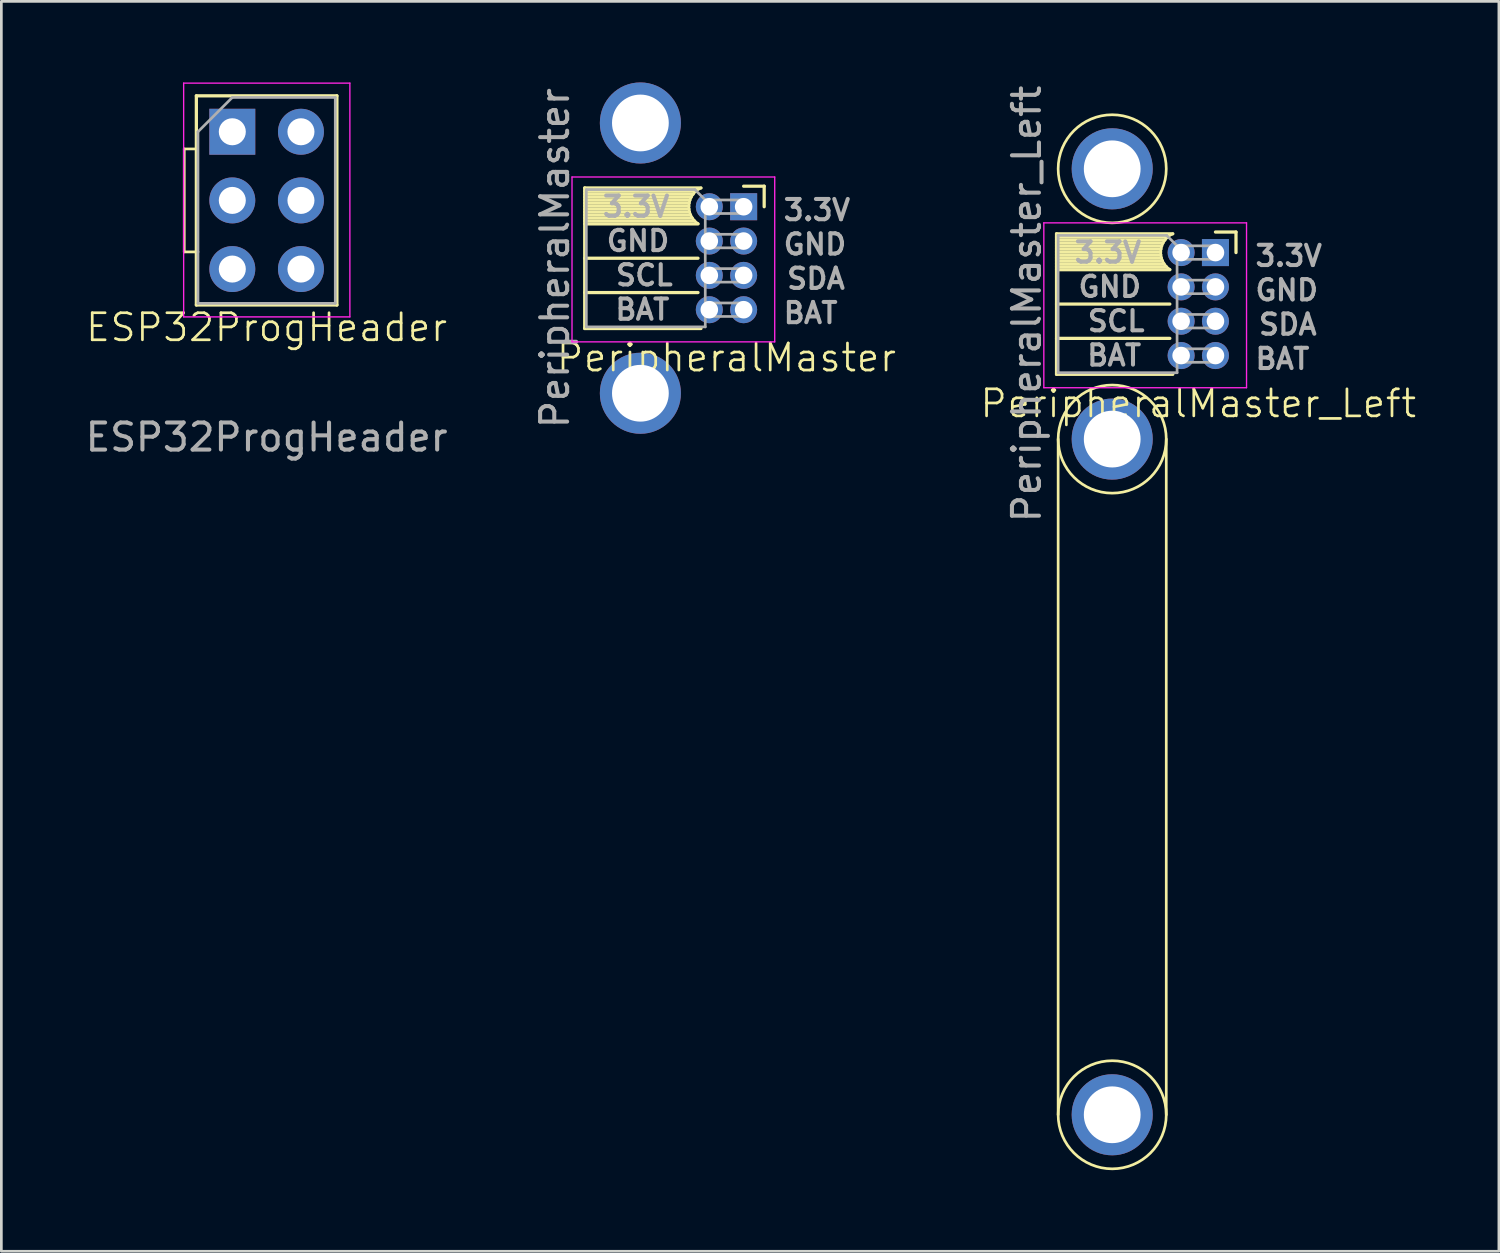
<source format=kicad_pcb>
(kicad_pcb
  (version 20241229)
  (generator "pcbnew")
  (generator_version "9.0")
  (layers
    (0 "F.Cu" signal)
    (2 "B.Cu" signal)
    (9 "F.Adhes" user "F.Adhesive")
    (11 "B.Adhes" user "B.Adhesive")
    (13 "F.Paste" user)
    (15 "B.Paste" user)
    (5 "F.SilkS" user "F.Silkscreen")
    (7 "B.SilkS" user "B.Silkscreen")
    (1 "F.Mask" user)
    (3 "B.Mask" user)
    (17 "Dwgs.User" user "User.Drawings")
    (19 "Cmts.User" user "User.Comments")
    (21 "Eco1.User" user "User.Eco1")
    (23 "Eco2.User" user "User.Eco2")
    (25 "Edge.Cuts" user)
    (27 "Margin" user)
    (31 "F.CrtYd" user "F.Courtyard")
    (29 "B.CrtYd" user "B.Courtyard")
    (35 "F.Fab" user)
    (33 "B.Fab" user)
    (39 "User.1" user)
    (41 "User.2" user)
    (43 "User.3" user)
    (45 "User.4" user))
  (footprint "PeripheralMaster_Left"
    (layer "F.Cu")
    (at 41.211 8.196)
    (property "Reference" "PeripheralMaster_Left" (at 0.075 3.683 0) (unlocked yes) (layer "F.SilkS") (effects (font (size 1 1) (thickness 0.1))))
    (attr through_hole)
    (fp_line (start -5.17 -2.596) (end -5.17 2.604) (stroke (width 0.12) (type solid)) (layer "F.SilkS"))
    (fp_line (start -5.17 -2.596) (end -0.868 -2.596) (stroke (width 0.12) (type solid)) (layer "F.SilkS"))
    (fp_line (start -5.17 -2.476) (end -1.057 -2.476) (stroke (width 0.12) (type solid)) (layer "F.SilkS"))
    (fp_line (start -5.17 -2.366) (end -1.161 -2.366) (stroke (width 0.12) (type solid)) (layer "F.SilkS"))
    (fp_line (start -5.17 -2.256) (end -1.232 -2.256) (stroke (width 0.12) (type solid)) (layer "F.SilkS"))
    (fp_line (start -5.17 -2.146) (end -1.279 -2.146) (stroke (width 0.12) (type solid)) (layer "F.SilkS"))
    (fp_line (start -5.17 -2.036) (end -1.308 -2.036) (stroke (width 0.12) (type solid)) (layer "F.SilkS"))
    (fp_line (start -5.17 -1.926) (end -1.32 -1.926) (stroke (width 0.12) (type solid)) (layer "F.SilkS"))
    (fp_line (start -5.17 -1.816) (end -1.315 -1.816) (stroke (width 0.12) (type solid)) (layer "F.SilkS"))
    (fp_line (start -5.17 -1.706) (end -1.295 -1.706) (stroke (width 0.12) (type solid)) (layer "F.SilkS"))
    (fp_line (start -5.17 -1.596) (end -1.256 -1.596) (stroke (width 0.12) (type solid)) (layer "F.SilkS"))
    (fp_line (start -5.17 -1.486) (end -1.197 -1.486) (stroke (width 0.12) (type solid)) (layer "F.SilkS"))
    (fp_line (start -5.17 -1.376) (end -1.11 -1.376) (stroke (width 0.12) (type solid)) (layer "F.SilkS"))
    (fp_line (start -5.17 -1.266) (end -0.978 -1.266) (stroke (width 0.12) (type solid)) (layer "F.SilkS"))
    (fp_line (start -5.17 0.004) (end -0.978 0.004) (stroke (width 0.12) (type solid)) (layer "F.SilkS"))
    (fp_line (start -5.17 1.274) (end -0.978 1.274) (stroke (width 0.12) (type solid)) (layer "F.SilkS"))
    (fp_line (start -5.17 2.604) (end -0.868 2.604) (stroke (width 0.12) (type solid)) (layer "F.SilkS"))
    (fp_line (start -5.11 30) (end -5.11 5) (stroke (width 0.1) (type default)) (layer "F.SilkS"))
    (fp_line (start -1.11 5) (end -1.11 30) (stroke (width 0.1) (type default)) (layer "F.SilkS"))
    (fp_line (start 0.71 -2.661) (end 1.47 -2.661) (stroke (width 0.12) (type solid)) (layer "F.SilkS"))
    (fp_line (start 1.47 -2.661) (end 1.47 -1.901) (stroke (width 0.12) (type solid)) (layer "F.SilkS"))
    (fp_arc (start -0.973752 -1.271861) (mid -1.313922 -1.965479) (end -0.86753 -2.595999) (stroke (width 0.1) (type default)) (layer "F.SilkS"))
    (fp_circle (center -3.11 -5) (end -1.11 -5) (stroke (width 0.1) (type default)) (fill no) (layer "F.SilkS"))
    (fp_circle (center -3.11 5) (end -1.11 5) (stroke (width 0.1) (type default)) (fill no) (layer "F.SilkS"))
    (fp_circle (center -3.11 30) (end -1.11 30) (stroke (width 0.1) (type default)) (fill no) (layer "F.SilkS"))
    (fp_line (start -5.64 -3.001) (end -5.64 3.099) (stroke (width 0.05) (type solid)) (layer "F.CrtYd"))
    (fp_line (start -5.64 3.099) (end 1.86 3.099) (stroke (width 0.05) (type solid)) (layer "F.CrtYd"))
    (fp_line (start 1.86 -3.001) (end -5.64 -3.001) (stroke (width 0.05) (type solid)) (layer "F.CrtYd"))
    (fp_line (start 1.86 3.099) (end 1.86 -3.001) (stroke (width 0.05) (type solid)) (layer "F.CrtYd"))
    (fp_line (start -5.11 -2.536) (end -1.095 -2.536) (stroke (width 0.1) (type solid)) (layer "F.Fab"))
    (fp_line (start -5.11 2.544) (end -5.11 -2.536) (stroke (width 0.1) (type solid)) (layer "F.Fab"))
    (fp_line (start -1.095 -2.536) (end -0.71 -2.151) (stroke (width 0.1) (type solid)) (layer "F.Fab"))
    (fp_line (start -0.71 -2.151) (end -0.71 2.544) (stroke (width 0.1) (type solid)) (layer "F.Fab"))
    (fp_line (start -0.71 -1.651) (end 0.71 -1.651) (stroke (width 0.1) (type solid)) (layer "F.Fab"))
    (fp_line (start -0.71 -0.381) (end 0.71 -0.381) (stroke (width 0.1) (type solid)) (layer "F.Fab"))
    (fp_line (start -0.71 0.889) (end 0.71 0.889) (stroke (width 0.1) (type solid)) (layer "F.Fab"))
    (fp_line (start -0.71 2.159) (end 0.71 2.159) (stroke (width 0.1) (type solid)) (layer "F.Fab"))
    (fp_line (start -0.71 2.544) (end -5.11 2.544) (stroke (width 0.1) (type solid)) (layer "F.Fab"))
    (fp_line (start 0.71 -2.151) (end -0.71 -2.151) (stroke (width 0.1) (type solid)) (layer "F.Fab"))
    (fp_line (start 0.71 -1.651) (end 0.71 -2.151) (stroke (width 0.1) (type solid)) (layer "F.Fab"))
    (fp_line (start 0.71 -0.881) (end -0.71 -0.881) (stroke (width 0.1) (type solid)) (layer "F.Fab"))
    (fp_line (start 0.71 -0.381) (end 0.71 -0.881) (stroke (width 0.1) (type solid)) (layer "F.Fab"))
    (fp_line (start 0.71 0.389) (end -0.71 0.389) (stroke (width 0.1) (type solid)) (layer "F.Fab"))
    (fp_line (start 0.71 0.889) (end 0.71 0.389) (stroke (width 0.1) (type solid)) (layer "F.Fab"))
    (fp_line (start 0.71 1.659) (end -0.71 1.659) (stroke (width 0.1) (type solid)) (layer "F.Fab"))
    (fp_line (start 0.71 2.159) (end 0.71 1.659) (stroke (width 0.1) (type solid)) (layer "F.Fab"))
    (fp_text user "GND" (at 2.107 -0.508 0) (unlocked yes) (layer "F.Fab") (effects (font (size 0.75 0.75) (thickness 0.15) (bold yes)) (justify left)))
    (fp_text user "3.3V" (at -1.957 -1.905 0) (unlocked yes) (layer "F.Fab") (effects (font (size 0.75 0.75) (thickness 0.15) (bold yes)) (justify right)))
    (fp_text user "3.3V" (at 2.107 -1.778 0) (unlocked yes) (layer "F.Fab") (effects (font (size 0.75 0.75) (thickness 0.15) (bold yes)) (justify left)))
    (fp_text user "GND" (at -1.957 -0.635 0) (unlocked yes) (layer "F.Fab") (effects (font (size 0.75 0.75) (thickness 0.15) (bold yes)) (justify right)))
    (fp_text user "SDA" (at 2.234 0.762 0) (unlocked yes) (layer "F.Fab") (effects (font (size 0.75 0.75) (thickness 0.15) (bold yes)) (justify left)))
    (fp_text user "BAT" (at 2.107 2.032 0) (unlocked yes) (layer "F.Fab") (effects (font (size 0.75 0.75) (thickness 0.15) (bold yes)) (justify left)))
    (fp_text user "SCL" (at -1.83 0.635 0) (unlocked yes) (layer "F.Fab") (effects (font (size 0.75 0.75) (thickness 0.15) (bold yes)) (justify right)))
    (fp_text user "BAT" (at -1.957 1.905 0) (unlocked yes) (layer "F.Fab") (effects (font (size 0.75 0.75) (thickness 0.15) (bold yes)) (justify right)))
    (fp_text user "${REFERENCE}" (at -6.275 0 90) (layer "F.Fab") (effects (font (size 1 1) (thickness 0.15))))
    (pad "1" thru_hole rect (at 0.71 -1.901) (size 1 1) (drill 0.65) (layers "*.Cu" "*.Mask"))
    (pad "2" thru_hole oval (at -0.56 -1.901) (size 1 1) (drill 0.65) (layers "*.Cu" "*.Mask"))
    (pad "3" thru_hole oval (at 0.71 -0.631) (size 1 1) (drill 0.65) (layers "*.Cu" "*.Mask"))
    (pad "4" thru_hole oval (at -0.56 -0.631) (size 1 1) (drill 0.65) (layers "*.Cu" "*.Mask"))
    (pad "5" thru_hole oval (at 0.71 0.639) (size 1 1) (drill 0.65) (layers "*.Cu" "*.Mask"))
    (pad "6" thru_hole oval (at -0.56 0.639) (size 1 1) (drill 0.65) (layers "*.Cu" "*.Mask"))
    (pad "7" thru_hole oval (at 0.71 1.909) (size 1 1) (drill 0.65) (layers "*.Cu" "*.Mask"))
    (pad "8" thru_hole oval (at -0.56 1.909) (size 1 1) (drill 0.65) (layers "*.Cu" "*.Mask"))
    (pad "9" thru_hole circle (at -3.11 -5) (size 3 3) (drill 2.1) (layers "*.Cu" "*.Mask"))
    (pad "9" thru_hole circle (at -3.11 5) (size 3 3) (drill 2.1) (layers "*.Cu" "*.Mask"))
    (pad "9" thru_hole circle (at -3.11 30) (size 3 3) (drill 2.1) (layers "*.Cu" "*.Mask")))
  (footprint "PeripheralMaster"
    (layer "F.Cu")
    (at 23.754 6.5)
    (property "Reference" "PeripheralMaster" (at 0.075 3.683 0) (unlocked yes) (layer "F.SilkS") (effects (font (size 1 1) (thickness 0.1))))
    (attr through_hole)
    (fp_line (start -5.17 -2.596) (end -5.17 2.604) (stroke (width 0.12) (type solid)) (layer "F.SilkS"))
    (fp_line (start -5.17 -2.596) (end -0.868 -2.596) (stroke (width 0.12) (type solid)) (layer "F.SilkS"))
    (fp_line (start -5.17 -2.476) (end -1.057 -2.476) (stroke (width 0.12) (type solid)) (layer "F.SilkS"))
    (fp_line (start -5.17 -2.366) (end -1.161 -2.366) (stroke (width 0.12) (type solid)) (layer "F.SilkS"))
    (fp_line (start -5.17 -2.256) (end -1.232 -2.256) (stroke (width 0.12) (type solid)) (layer "F.SilkS"))
    (fp_line (start -5.17 -2.146) (end -1.279 -2.146) (stroke (width 0.12) (type solid)) (layer "F.SilkS"))
    (fp_line (start -5.17 -2.036) (end -1.308 -2.036) (stroke (width 0.12) (type solid)) (layer "F.SilkS"))
    (fp_line (start -5.17 -1.926) (end -1.32 -1.926) (stroke (width 0.12) (type solid)) (layer "F.SilkS"))
    (fp_line (start -5.17 -1.816) (end -1.315 -1.816) (stroke (width 0.12) (type solid)) (layer "F.SilkS"))
    (fp_line (start -5.17 -1.706) (end -1.295 -1.706) (stroke (width 0.12) (type solid)) (layer "F.SilkS"))
    (fp_line (start -5.17 -1.596) (end -1.256 -1.596) (stroke (width 0.12) (type solid)) (layer "F.SilkS"))
    (fp_line (start -5.17 -1.486) (end -1.197 -1.486) (stroke (width 0.12) (type solid)) (layer "F.SilkS"))
    (fp_line (start -5.17 -1.376) (end -1.11 -1.376) (stroke (width 0.12) (type solid)) (layer "F.SilkS"))
    (fp_line (start -5.17 -1.266) (end -0.978 -1.266) (stroke (width 0.12) (type solid)) (layer "F.SilkS"))
    (fp_line (start -5.17 0.004) (end -0.978 0.004) (stroke (width 0.12) (type solid)) (layer "F.SilkS"))
    (fp_line (start -5.17 1.274) (end -0.978 1.274) (stroke (width 0.12) (type solid)) (layer "F.SilkS"))
    (fp_line (start -5.17 2.604) (end -0.868 2.604) (stroke (width 0.12) (type solid)) (layer "F.SilkS"))
    (fp_line (start 0.71 -2.661) (end 1.47 -2.661) (stroke (width 0.12) (type solid)) (layer "F.SilkS"))
    (fp_line (start 1.47 -2.661) (end 1.47 -1.901) (stroke (width 0.12) (type solid)) (layer "F.SilkS"))
    (fp_arc (start -0.973752 -1.271861) (mid -1.313922 -1.965479) (end -0.86753 -2.595999) (stroke (width 0.1) (type default)) (layer "F.SilkS"))
    (fp_line (start -5.64 -3.001) (end -5.64 3.099) (stroke (width 0.05) (type solid)) (layer "F.CrtYd"))
    (fp_line (start -5.64 3.099) (end 1.86 3.099) (stroke (width 0.05) (type solid)) (layer "F.CrtYd"))
    (fp_line (start 1.86 -3.001) (end -5.64 -3.001) (stroke (width 0.05) (type solid)) (layer "F.CrtYd"))
    (fp_line (start 1.86 3.099) (end 1.86 -3.001) (stroke (width 0.05) (type solid)) (layer "F.CrtYd"))
    (fp_line (start -5.11 -2.536) (end -1.095 -2.536) (stroke (width 0.1) (type solid)) (layer "F.Fab"))
    (fp_line (start -5.11 2.544) (end -5.11 -2.536) (stroke (width 0.1) (type solid)) (layer "F.Fab"))
    (fp_line (start -1.095 -2.536) (end -0.71 -2.151) (stroke (width 0.1) (type solid)) (layer "F.Fab"))
    (fp_line (start -0.71 -2.151) (end -0.71 2.544) (stroke (width 0.1) (type solid)) (layer "F.Fab"))
    (fp_line (start -0.71 -1.651) (end 0.71 -1.651) (stroke (width 0.1) (type solid)) (layer "F.Fab"))
    (fp_line (start -0.71 -0.381) (end 0.71 -0.381) (stroke (width 0.1) (type solid)) (layer "F.Fab"))
    (fp_line (start -0.71 0.889) (end 0.71 0.889) (stroke (width 0.1) (type solid)) (layer "F.Fab"))
    (fp_line (start -0.71 2.159) (end 0.71 2.159) (stroke (width 0.1) (type solid)) (layer "F.Fab"))
    (fp_line (start -0.71 2.544) (end -5.11 2.544) (stroke (width 0.1) (type solid)) (layer "F.Fab"))
    (fp_line (start 0.71 -2.151) (end -0.71 -2.151) (stroke (width 0.1) (type solid)) (layer "F.Fab"))
    (fp_line (start 0.71 -1.651) (end 0.71 -2.151) (stroke (width 0.1) (type solid)) (layer "F.Fab"))
    (fp_line (start 0.71 -0.881) (end -0.71 -0.881) (stroke (width 0.1) (type solid)) (layer "F.Fab"))
    (fp_line (start 0.71 -0.381) (end 0.71 -0.881) (stroke (width 0.1) (type solid)) (layer "F.Fab"))
    (fp_line (start 0.71 0.389) (end -0.71 0.389) (stroke (width 0.1) (type solid)) (layer "F.Fab"))
    (fp_line (start 0.71 0.889) (end 0.71 0.389) (stroke (width 0.1) (type solid)) (layer "F.Fab"))
    (fp_line (start 0.71 1.659) (end -0.71 1.659) (stroke (width 0.1) (type solid)) (layer "F.Fab"))
    (fp_line (start 0.71 2.159) (end 0.71 1.659) (stroke (width 0.1) (type solid)) (layer "F.Fab"))
    (fp_text user "BAT" (at 2.107 2.032 0) (unlocked yes) (layer "F.Fab") (effects (font (size 0.75 0.75) (thickness 0.15) (bold yes)) (justify left)))
    (fp_text user "${REFERENCE}" (at -6.275 0 90) (layer "F.Fab") (effects (font (size 1 1) (thickness 0.15))))
    (fp_text user "BAT" (at -1.957 1.905 0) (unlocked yes) (layer "F.Fab") (effects (font (size 0.75 0.75) (thickness 0.15) (bold yes)) (justify right)))
    (fp_text user "GND" (at -1.957 -0.635 0) (unlocked yes) (layer "F.Fab") (effects (font (size 0.75 0.75) (thickness 0.15) (bold yes)) (justify right)))
    (fp_text user "SDA" (at 2.234 0.762 0) (unlocked yes) (layer "F.Fab") (effects (font (size 0.75 0.75) (thickness 0.15) (bold yes)) (justify left)))
    (fp_text user "GND" (at 2.107 -0.508 0) (unlocked yes) (layer "F.Fab") (effects (font (size 0.75 0.75) (thickness 0.15) (bold yes)) (justify left)))
    (fp_text user "3.3V" (at 2.107 -1.778 0) (unlocked yes) (layer "F.Fab") (effects (font (size 0.75 0.75) (thickness 0.15) (bold yes)) (justify left)))
    (fp_text user "SCL" (at -1.83 0.635 0) (unlocked yes) (layer "F.Fab") (effects (font (size 0.75 0.75) (thickness 0.15) (bold yes)) (justify right)))
    (fp_text user "3.3V" (at -1.957 -1.905 0) (unlocked yes) (layer "F.Fab") (effects (font (size 0.75 0.75) (thickness 0.15) (bold yes)) (justify right)))
    (pad "1" thru_hole rect (at 0.71 -1.901) (size 1 1) (drill 0.65) (layers "*.Cu" "*.Mask"))
    (pad "2" thru_hole oval (at -0.56 -1.901) (size 1 1) (drill 0.65) (layers "*.Cu" "*.Mask"))
    (pad "3" thru_hole oval (at 0.71 -0.631) (size 1 1) (drill 0.65) (layers "*.Cu" "*.Mask"))
    (pad "4" thru_hole oval (at -0.56 -0.631) (size 1 1) (drill 0.65) (layers "*.Cu" "*.Mask"))
    (pad "5" thru_hole oval (at 0.71 0.639) (size 1 1) (drill 0.65) (layers "*.Cu" "*.Mask"))
    (pad "6" thru_hole oval (at -0.56 0.639) (size 1 1) (drill 0.65) (layers "*.Cu" "*.Mask"))
    (pad "7" thru_hole oval (at 0.71 1.909) (size 1 1) (drill 0.65) (layers "*.Cu" "*.Mask"))
    (pad "8" thru_hole oval (at -0.56 1.909) (size 1 1) (drill 0.65) (layers "*.Cu" "*.Mask"))
    (pad "9" thru_hole circle (at -3.11 -5) (size 3 3) (drill 2.1) (layers "*.Cu" "*.Mask"))
    (pad "9" thru_hole circle (at -3.11 5) (size 3 3) (drill 2.1) (layers "*.Cu" "*.Mask")))
  (footprint "ESP32ProgHeader"
    (layer "F.Cu")
    (at 6.815 4.365)
    (property "Reference" "ESP32ProgHeader" (at 0 4.699 0) (unlocked yes) (layer "F.SilkS") (effects (font (size 1 1) (thickness 0.1))))
    (attr through_hole)
    (fp_line (start -3.048 1.905) (end -3.048 -1.905) (stroke (width 0.1) (type default)) (layer "F.SilkS"))
    (fp_line (start -2.667 -1.905) (end -3.048 -1.905) (stroke (width 0.1) (type default)) (layer "F.SilkS"))
    (fp_line (start -2.6 -3.87) (end -2.6 3.87) (stroke (width 0.12) (type solid)) (layer "F.SilkS"))
    (fp_line (start -2.6 -3.87) (end 2.6 -3.87) (stroke (width 0.12) (type solid)) (layer "F.SilkS"))
    (fp_line (start -2.6 3.87) (end 2.6 3.87) (stroke (width 0.12) (type solid)) (layer "F.SilkS"))
    (fp_line (start -2.54 1.905) (end -3.048 1.905) (stroke (width 0.1) (type default)) (layer "F.SilkS"))
    (fp_line (start 2.6 -3.87) (end 2.6 3.87) (stroke (width 0.12) (type solid)) (layer "F.SilkS"))
    (fp_line (start -3.07 -4.34) (end -3.07 4.31) (stroke (width 0.05) (type solid)) (layer "F.CrtYd"))
    (fp_line (start -3.07 4.31) (end 3.08 4.31) (stroke (width 0.05) (type solid)) (layer "F.CrtYd"))
    (fp_line (start 3.08 -4.34) (end -3.07 -4.34) (stroke (width 0.05) (type solid)) (layer "F.CrtYd"))
    (fp_line (start 3.08 4.31) (end 3.08 -4.34) (stroke (width 0.05) (type solid)) (layer "F.CrtYd"))
    (fp_line (start -2.54 -2.54) (end -1.27 -3.81) (stroke (width 0.1) (type solid)) (layer "F.Fab"))
    (fp_line (start -2.54 3.81) (end -2.54 -2.54) (stroke (width 0.1) (type solid)) (layer "F.Fab"))
    (fp_line (start -1.27 -3.81) (end 2.54 -3.81) (stroke (width 0.1) (type solid)) (layer "F.Fab"))
    (fp_line (start 2.54 -3.81) (end 2.54 3.81) (stroke (width 0.1) (type solid)) (layer "F.Fab"))
    (fp_line (start 2.54 3.81) (end -2.54 3.81) (stroke (width 0.1) (type solid)) (layer "F.Fab"))
    (fp_text user "${REFERENCE}" (at 0 8.763 0) (unlocked yes) (layer "F.Fab") (effects (font (size 1 1) (thickness 0.15))))
    (pad "1" thru_hole rect (at -1.27 -2.54) (size 1.7 1.7) (drill 1) (layers "*.Cu" "*.Mask"))
    (pad "2" thru_hole oval (at 1.27 -2.54) (size 1.7 1.7) (drill 1) (layers "*.Cu" "*.Mask"))
    (pad "3" thru_hole oval (at -1.27 0) (size 1.7 1.7) (drill 1) (layers "*.Cu" "*.Mask"))
    (pad "4" thru_hole oval (at 1.27 0) (size 1.7 1.7) (drill 1) (layers "*.Cu" "*.Mask"))
    (pad "5" thru_hole oval (at -1.27 2.54) (size 1.7 1.7) (drill 1) (layers "*.Cu" "*.Mask"))
    (pad "6" thru_hole oval (at 1.27 2.54) (size 1.7 1.7) (drill 1) (layers "*.Cu" "*.Mask")))
  (gr_rect
    (start -3 -3)
    (end 52.408 43.246)
    (stroke (width 0.1) (type default))
    (fill no)
    (layer "Edge.Cuts")))
</source>
